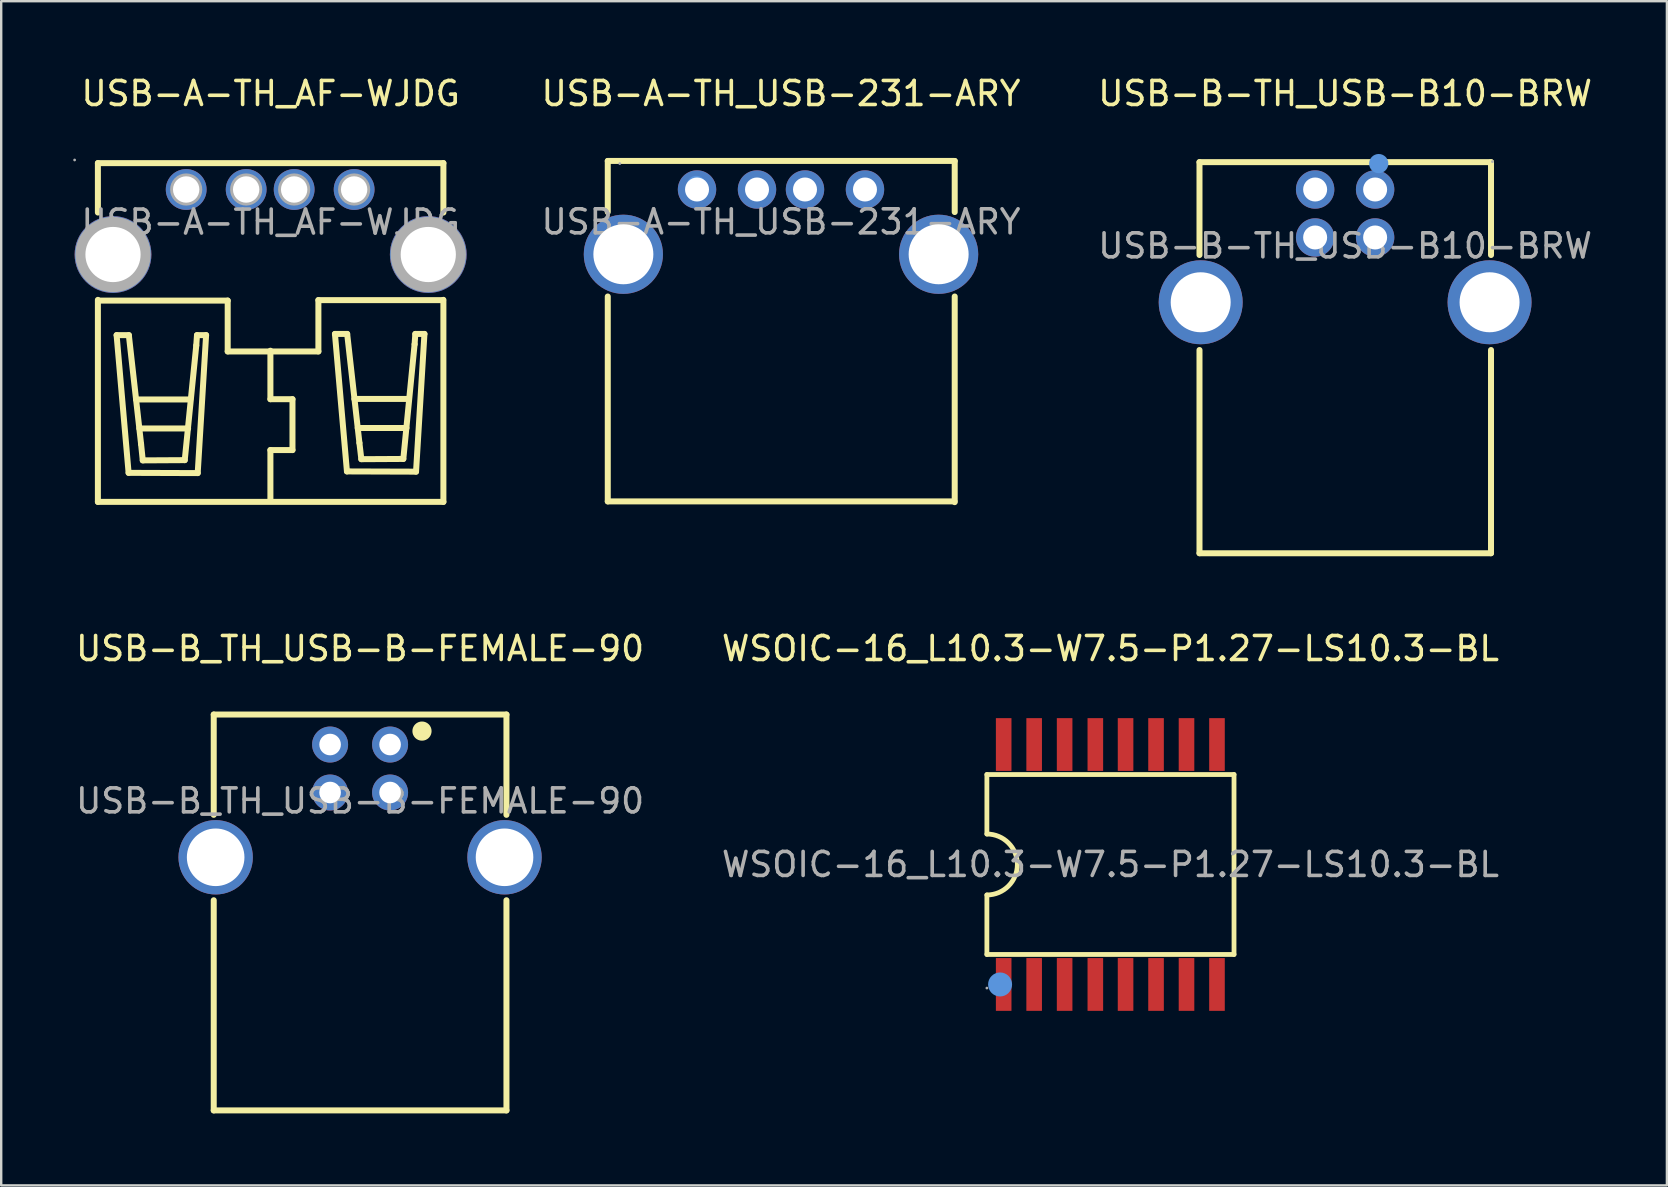
<source format=kicad_pcb>
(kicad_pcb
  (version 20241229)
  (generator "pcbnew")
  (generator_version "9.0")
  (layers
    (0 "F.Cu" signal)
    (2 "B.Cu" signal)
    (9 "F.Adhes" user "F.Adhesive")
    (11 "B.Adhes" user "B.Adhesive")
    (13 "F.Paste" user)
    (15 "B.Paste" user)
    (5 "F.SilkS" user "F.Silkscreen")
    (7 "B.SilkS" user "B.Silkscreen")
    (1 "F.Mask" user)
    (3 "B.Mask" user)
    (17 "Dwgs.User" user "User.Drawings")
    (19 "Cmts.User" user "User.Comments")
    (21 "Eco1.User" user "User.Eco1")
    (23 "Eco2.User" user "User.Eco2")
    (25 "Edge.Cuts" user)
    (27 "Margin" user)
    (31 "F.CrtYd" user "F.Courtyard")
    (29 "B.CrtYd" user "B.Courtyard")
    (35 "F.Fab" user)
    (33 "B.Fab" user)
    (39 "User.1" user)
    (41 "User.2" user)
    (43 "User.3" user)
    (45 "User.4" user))
  (footprint "USB-B_TH_USB-B-FEMALE-90"
    (layer "F.Cu")
    (at 11.958 30.331)
    (property "Reference" "USB-B_TH_USB-B-FEMALE-90" (at 0 -6.35 0) (layer "F.SilkS") (effects (font (size 1 1) (thickness 0.15))))
    (attr smd)
    (fp_line (start -6.1 -3.6) (end -6.1 0.58) (stroke (width 0.25) (type solid)) (layer "F.SilkS"))
    (fp_line (start -6.1 12.9) (end -6.1 4.14) (stroke (width 0.25) (type solid)) (layer "F.SilkS"))
    (fp_line (start -6.1 12.9) (end 6.1 12.9) (stroke (width 0.25) (type solid)) (layer "F.SilkS"))
    (fp_line (start 6.1 -3.6) (end -6.1 -3.6) (stroke (width 0.25) (type solid)) (layer "F.SilkS"))
    (fp_line (start 6.1 0.58) (end 6.1 -3.6) (stroke (width 0.25) (type solid)) (layer "F.SilkS"))
    (fp_line (start 6.1 12.9) (end 6.1 4.14) (stroke (width 0.25) (type solid)) (layer "F.SilkS"))
    (fp_circle (center 2.58 -2.91) (end 2.78 -2.91) (stroke (width 0.4) (type solid)) (fill no) (layer "F.SilkS"))
    (fp_text user "${REFERENCE}" (at 0 0 0) (layer "F.Fab") (effects (font (size 1 1) (thickness 0.15))))
    (pad "1" thru_hole circle (at 1.25 -2.35) (size 1.5 1.5) (drill 0.9) (layers "*.Cu" "*.Mask"))
    (pad "2" thru_hole circle (at -1.25 -2.35) (size 1.5 1.5) (drill 0.9) (layers "*.Cu" "*.Mask"))
    (pad "3" thru_hole circle (at -1.25 -0.35) (size 1.5 1.5) (drill 0.9) (layers "*.Cu" "*.Mask"))
    (pad "4" thru_hole circle (at 1.25 -0.35) (size 1.5 1.5) (drill 0.9) (layers "*.Cu" "*.Mask"))
    (pad "5" thru_hole circle (at -6.02 2.35) (size 3.1 3.1) (drill 2.4) (layers "*.Cu" "*.Mask"))
    (pad "6" thru_hole circle (at 6.02 2.35) (size 3.1 3.1) (drill 2.4) (layers "*.Cu" "*.Mask")))
  (footprint "USB-B-TH_USB-B10-BRW"
    (layer "F.Cu")
    (at 53.013 7.198)
    (property "Reference" "USB-B-TH_USB-B10-BRW" (at 0 -6.35 0) (layer "F.SilkS") (effects (font (size 1 1) (thickness 0.15))))
    (attr through_hole)
    (fp_line (start -6.07 -3.49) (end -6.07 0.38) (stroke (width 0.25) (type solid)) (layer "F.SilkS"))
    (fp_line (start -6.07 -3.49) (end 6.08 -3.49) (stroke (width 0.25) (type solid)) (layer "F.SilkS"))
    (fp_line (start -6.07 4.34) (end -6.07 12.81) (stroke (width 0.25) (type solid)) (layer "F.SilkS"))
    (fp_line (start -6.07 12.81) (end 6.08 12.81) (stroke (width 0.25) (type solid)) (layer "F.SilkS"))
    (fp_line (start 6.08 -3.49) (end 6.08 0.38) (stroke (width 0.25) (type solid)) (layer "F.SilkS"))
    (fp_line (start 6.08 4.34) (end 6.08 12.81) (stroke (width 0.25) (type solid)) (layer "F.SilkS"))
    (fp_circle (center 1.4 -3.43) (end 1.6 -3.43) (stroke (width 0.4) (type solid)) (fill no) (layer "Cmts.User"))
    (fp_circle (center 6.14 -3.51) (end 6.17 -3.51) (stroke (width 0.06) (type solid)) (fill no) (layer "F.Fab"))
    (fp_text user "${REFERENCE}" (at 0 0 0) (layer "F.Fab") (effects (font (size 1 1) (thickness 0.15))))
    (pad "1" thru_hole circle (at 1.25 -2.35) (size 1.6 1.6) (drill 1) (layers "*.Cu" "*.Mask"))
    (pad "2" thru_hole circle (at -1.25 -2.35) (size 1.6 1.6) (drill 1) (layers "*.Cu" "*.Mask"))
    (pad "3" thru_hole circle (at -1.25 -0.35) (size 1.6 1.6) (drill 1) (layers "*.Cu" "*.Mask"))
    (pad "4" thru_hole circle (at 1.25 -0.35) (size 1.6 1.6) (drill 1) (layers "*.Cu" "*.Mask"))
    (pad "5" thru_hole circle (at -6.02 2.35) (size 3.5 3.5) (drill 2.5) (layers "*.Cu" "*.Mask"))
    (pad "6" thru_hole circle (at 6.02 2.35) (size 3.5 3.5) (drill 2.5) (layers "*.Cu" "*.Mask")))
  (footprint "WSOIC-16_L10.3-W7.5-P1.27-LS10.3-BL"
    (layer "F.Cu")
    (at 43.232 32.981)
    (property "Reference" "WSOIC-16_L10.3-W7.5-P1.27-LS10.3-BL" (at 0 -9 0) (layer "F.SilkS") (effects (font (size 1 1) (thickness 0.15))))
    (attr smd)
    (fp_line (start -5.15 -3.75) (end -5.15 -1.27) (stroke (width 0.2) (type solid)) (layer "F.SilkS"))
    (fp_line (start -5.15 -3.75) (end 5.15 -3.75) (stroke (width 0.2) (type solid)) (layer "F.SilkS"))
    (fp_line (start -5.15 3.75) (end -5.15 1.27) (stroke (width 0.2) (type solid)) (layer "F.SilkS"))
    (fp_line (start 5.15 -3.75) (end 5.15 3.75) (stroke (width 0.2) (type solid)) (layer "F.SilkS"))
    (fp_line (start 5.15 3.75) (end -5.15 3.75) (stroke (width 0.2) (type solid)) (layer "F.SilkS"))
    (fp_arc (start -5.15 -1.27) (mid -3.88 0) (end -5.15 1.27) (stroke (width 0.2) (type solid)) (layer "F.SilkS"))
    (fp_circle (center -4.6 5) (end -4.35 5) (stroke (width 0.5) (type solid)) (fill no) (layer "Cmts.User"))
    (fp_circle (center -5.15 5.15) (end -5.12 5.15) (stroke (width 0.06) (type solid)) (fill no) (layer "F.Fab"))
    (fp_text user "${REFERENCE}" (at 0 0 0) (layer "F.Fab") (effects (font (size 1 1) (thickness 0.15))))
    (pad "1" smd rect (at -4.45 5) (size 0.65 2.2) (layers "F.Cu" "F.Mask" "F.Paste"))
    (pad "2" smd rect (at -3.18 5) (size 0.65 2.2) (layers "F.Cu" "F.Mask" "F.Paste"))
    (pad "3" smd rect (at -1.91 5) (size 0.65 2.2) (layers "F.Cu" "F.Mask" "F.Paste"))
    (pad "4" smd rect (at -0.63 5) (size 0.65 2.2) (layers "F.Cu" "F.Mask" "F.Paste"))
    (pad "5" smd rect (at 0.63 5) (size 0.65 2.2) (layers "F.Cu" "F.Mask" "F.Paste"))
    (pad "6" smd rect (at 1.9 5) (size 0.65 2.2) (layers "F.Cu" "F.Mask" "F.Paste"))
    (pad "7" smd rect (at 3.17 5) (size 0.65 2.2) (layers "F.Cu" "F.Mask" "F.Paste"))
    (pad "8" smd rect (at 4.44 5) (size 0.65 2.2) (layers "F.Cu" "F.Mask" "F.Paste"))
    (pad "9" smd rect (at 4.44 -5) (size 0.65 2.2) (layers "F.Cu" "F.Mask" "F.Paste"))
    (pad "10" smd rect (at 3.17 -5) (size 0.65 2.2) (layers "F.Cu" "F.Mask" "F.Paste"))
    (pad "11" smd rect (at 1.9 -5) (size 0.65 2.2) (layers "F.Cu" "F.Mask" "F.Paste"))
    (pad "12" smd rect (at 0.63 -5) (size 0.65 2.2) (layers "F.Cu" "F.Mask" "F.Paste"))
    (pad "13" smd rect (at -0.63 -5) (size 0.65 2.2) (layers "F.Cu" "F.Mask" "F.Paste"))
    (pad "14" smd rect (at -1.91 -5) (size 0.65 2.2) (layers "F.Cu" "F.Mask" "F.Paste"))
    (pad "15" smd rect (at -3.18 -5) (size 0.65 2.2) (layers "F.Cu" "F.Mask" "F.Paste"))
    (pad "16" smd rect (at -4.45 -5) (size 0.65 2.2) (layers "F.Cu" "F.Mask" "F.Paste")))
  (footprint "USB-A-TH_AF-WJDG"
    (layer "F.Cu")
    (at 8.23 6.208)
    (property "Reference" "USB-A-TH_AF-WJDG" (at 0 -5.36 0) (layer "F.SilkS") (effects (font (size 1 1) (thickness 0.15))))
    (attr through_hole)
    (fp_line (start -7.2 -2.46) (end -7.2 -0.4) (stroke (width 0.25) (type solid)) (layer "F.SilkS"))
    (fp_line (start -7.2 -2.46) (end 7.2 -2.46) (stroke (width 0.25) (type solid)) (layer "F.SilkS"))
    (fp_line (start -7.2 3.24) (end -7.2 11.66) (stroke (width 0.25) (type solid)) (layer "F.SilkS"))
    (fp_line (start -7.2 11.66) (end 7.2 11.66) (stroke (width 0.25) (type solid)) (layer "F.SilkS"))
    (fp_line (start -6.42 4.71) (end -5.91 4.71) (stroke (width 0.25) (type solid)) (layer "F.SilkS"))
    (fp_line (start -5.92 10.45) (end -6.42 4.71) (stroke (width 0.25) (type solid)) (layer "F.SilkS"))
    (fp_line (start -5.91 4.71) (end -5.4 9.25) (stroke (width 0.25) (type solid)) (layer "F.SilkS"))
    (fp_line (start -5.61 7.39) (end -3.35 7.39) (stroke (width 0.25) (type solid)) (layer "F.SilkS"))
    (fp_line (start -5.47 8.6) (end -3.44 8.6) (stroke (width 0.25) (type solid)) (layer "F.SilkS"))
    (fp_line (start -5.4 9.25) (end -5.33 9.93) (stroke (width 0.25) (type solid)) (layer "F.SilkS"))
    (fp_line (start -5.33 9.93) (end -3.58 9.92) (stroke (width 0.25) (type solid)) (layer "F.SilkS"))
    (fp_line (start -3.58 9.92) (end -3.1 5.14) (stroke (width 0.25) (type solid)) (layer "F.SilkS"))
    (fp_line (start -3.1 5.14) (end -3.07 4.71) (stroke (width 0.25) (type solid)) (layer "F.SilkS"))
    (fp_line (start -3.07 4.71) (end -2.69 4.71) (stroke (width 0.25) (type solid)) (layer "F.SilkS"))
    (fp_line (start -3.04 10.46) (end -5.92 10.45) (stroke (width 0.25) (type solid)) (layer "F.SilkS"))
    (fp_line (start -2.69 4.71) (end -3.04 10.46) (stroke (width 0.25) (type solid)) (layer "F.SilkS"))
    (fp_line (start -1.79 3.27) (end -7.19 3.27) (stroke (width 0.25) (type solid)) (layer "F.SilkS"))
    (fp_line (start -1.79 5.39) (end -1.79 3.27) (stroke (width 0.25) (type solid)) (layer "F.SilkS"))
    (fp_line (start -0.01 5.36) (end -0.01 7.38) (stroke (width 0.25) (type solid)) (layer "F.SilkS"))
    (fp_line (start -0.01 7.38) (end 0.91 7.38) (stroke (width 0.25) (type solid)) (layer "F.SilkS"))
    (fp_line (start -0.01 9.5) (end -0.01 11.53) (stroke (width 0.25) (type solid)) (layer "F.SilkS"))
    (fp_line (start 0.91 7.38) (end 0.91 9.5) (stroke (width 0.25) (type solid)) (layer "F.SilkS"))
    (fp_line (start 0.91 9.5) (end -0.01 9.5) (stroke (width 0.25) (type solid)) (layer "F.SilkS"))
    (fp_line (start 1.99 3.25) (end 1.99 5.39) (stroke (width 0.25) (type solid)) (layer "F.SilkS"))
    (fp_line (start 1.99 5.39) (end -1.79 5.39) (stroke (width 0.25) (type solid)) (layer "F.SilkS"))
    (fp_line (start 2.68 4.66) (end 3.19 4.66) (stroke (width 0.25) (type solid)) (layer "F.SilkS"))
    (fp_line (start 3.18 10.39) (end 2.68 4.66) (stroke (width 0.25) (type solid)) (layer "F.SilkS"))
    (fp_line (start 3.19 4.66) (end 3.7 9.2) (stroke (width 0.25) (type solid)) (layer "F.SilkS"))
    (fp_line (start 3.49 7.37) (end 5.75 7.37) (stroke (width 0.25) (type solid)) (layer "F.SilkS"))
    (fp_line (start 3.63 8.58) (end 5.66 8.58) (stroke (width 0.25) (type solid)) (layer "F.SilkS"))
    (fp_line (start 3.7 9.2) (end 3.78 9.88) (stroke (width 0.25) (type solid)) (layer "F.SilkS"))
    (fp_line (start 3.78 9.88) (end 5.53 9.87) (stroke (width 0.25) (type solid)) (layer "F.SilkS"))
    (fp_line (start 5.53 9.87) (end 6 5.09) (stroke (width 0.25) (type solid)) (layer "F.SilkS"))
    (fp_line (start 6 5.09) (end 6.03 4.66) (stroke (width 0.25) (type solid)) (layer "F.SilkS"))
    (fp_line (start 6.03 4.66) (end 6.41 4.66) (stroke (width 0.25) (type solid)) (layer "F.SilkS"))
    (fp_line (start 6.06 10.4) (end 3.18 10.39) (stroke (width 0.25) (type solid)) (layer "F.SilkS"))
    (fp_line (start 6.41 4.66) (end 6.06 10.4) (stroke (width 0.25) (type solid)) (layer "F.SilkS"))
    (fp_line (start 7.19 3.25) (end 1.99 3.25) (stroke (width 0.25) (type solid)) (layer "F.SilkS"))
    (fp_line (start 7.2 -2.46) (end 7.2 -0.4) (stroke (width 0.25) (type solid)) (layer "F.SilkS"))
    (fp_line (start 7.2 3.24) (end 7.2 11.66) (stroke (width 0.25) (type solid)) (layer "F.SilkS"))
    (fp_circle (center -8.17 -2.59) (end -8.14 -2.59) (stroke (width 0.06) (type solid)) (fill no) (layer "F.Fab"))
    (fp_circle (center -6.57 1.35) (end -6.05 1.35) (stroke (width 1.05) (type solid)) (fill no) (layer "F.Fab"))
    (fp_circle (center -3.52 -1.36) (end -3.3 -1.36) (stroke (width 0.45) (type solid)) (fill no) (layer "F.Fab"))
    (fp_circle (center -1.02 -1.36) (end -0.8 -1.36) (stroke (width 0.45) (type solid)) (fill no) (layer "F.Fab"))
    (fp_circle (center 0.98 -1.36) (end 1.2 -1.36) (stroke (width 0.45) (type solid)) (fill no) (layer "F.Fab"))
    (fp_circle (center 3.48 -1.36) (end 3.7 -1.36) (stroke (width 0.45) (type solid)) (fill no) (layer "F.Fab"))
    (fp_circle (center 6.57 1.35) (end 7.09 1.35) (stroke (width 1.05) (type solid)) (fill no) (layer "F.Fab"))
    (fp_text user "${REFERENCE}" (at 0 0 0) (layer "F.Fab") (effects (font (size 1 1) (thickness 0.15))))
    (pad "1" thru_hole circle (at -3.52 -1.36 270) (size 1.7 1.7) (drill 1.1) (layers "*.Cu" "*.Mask"))
    (pad "2" thru_hole circle (at -1.02 -1.36 270) (size 1.7 1.7) (drill 1.1) (layers "*.Cu" "*.Mask"))
    (pad "3" thru_hole circle (at 0.98 -1.36 270) (size 1.7 1.7) (drill 1.1) (layers "*.Cu" "*.Mask"))
    (pad "4" thru_hole circle (at 3.48 -1.36 270) (size 1.7 1.7) (drill 1.1) (layers "*.Cu" "*.Mask"))
    (pad "5" thru_hole circle (at -6.57 1.35 90) (size 3.2 3.2) (drill 2.3) (layers "*.Cu" "*.Mask"))
    (pad "5" thru_hole circle (at 6.57 1.35 90) (size 3.2 3.2) (drill 2.3) (layers "*.Cu" "*.Mask")))
  (footprint "USB-A-TH_USB-231-ARY"
    (layer "F.Cu")
    (at 29.501 6.198)
    (property "Reference" "USB-A-TH_USB-231-ARY" (at 0 -5.35 0) (layer "F.SilkS") (effects (font (size 1 1) (thickness 0.15))))
    (attr through_hole)
    (fp_line (start -7.22 -2.54) (end 7.24 -2.54) (stroke (width 0.25) (type solid)) (layer "F.SilkS"))
    (fp_line (start -7.22 -0.41) (end -7.22 -2.54) (stroke (width 0.25) (type solid)) (layer "F.SilkS"))
    (fp_line (start -7.22 11.65) (end -7.22 3.11) (stroke (width 0.25) (type solid)) (layer "F.SilkS"))
    (fp_line (start 7.23 11.65) (end -7.22 11.65) (stroke (width 0.25) (type solid)) (layer "F.SilkS"))
    (fp_line (start 7.24 -2.54) (end 7.24 -0.41) (stroke (width 0.25) (type solid)) (layer "F.SilkS"))
    (fp_line (start 7.24 3.11) (end 7.24 11.68) (stroke (width 0.25) (type solid)) (layer "F.SilkS"))
    (fp_circle (center -3.53 -1.52) (end -3.33 -1.52) (stroke (width 0.4) (type solid)) (fill no) (layer "Cmts.User"))
    (fp_circle (center -6.72 -2.43) (end -6.69 -2.43) (stroke (width 0.06) (type solid)) (fill no) (layer "F.Fab"))
    (fp_text user "${REFERENCE}" (at 0 0 0) (layer "F.Fab") (effects (font (size 1 1) (thickness 0.15))))
    (pad "1" thru_hole circle (at -3.5 -1.35) (size 1.6 1.6) (drill 1) (layers "*.Cu" "*.Mask"))
    (pad "2" thru_hole circle (at -1 -1.35) (size 1.6 1.6) (drill 1) (layers "*.Cu" "*.Mask"))
    (pad "3" thru_hole circle (at 1 -1.35) (size 1.6 1.6) (drill 1) (layers "*.Cu" "*.Mask"))
    (pad "4" thru_hole circle (at 3.5 -1.35) (size 1.6 1.6) (drill 1) (layers "*.Cu" "*.Mask"))
    (pad "5" thru_hole circle (at -6.57 1.35) (size 3.3 3.3) (drill 2.5) (layers "*.Cu" "*.Mask"))
    (pad "6" thru_hole circle (at 6.57 1.35) (size 3.3 3.3) (drill 2.5) (layers "*.Cu" "*.Mask")))
  (gr_rect
    (start -3 -3)
    (end 66.424 46.356)
    (stroke (width 0.1) (type default))
    (fill no)
    (layer "Edge.Cuts")))
</source>
